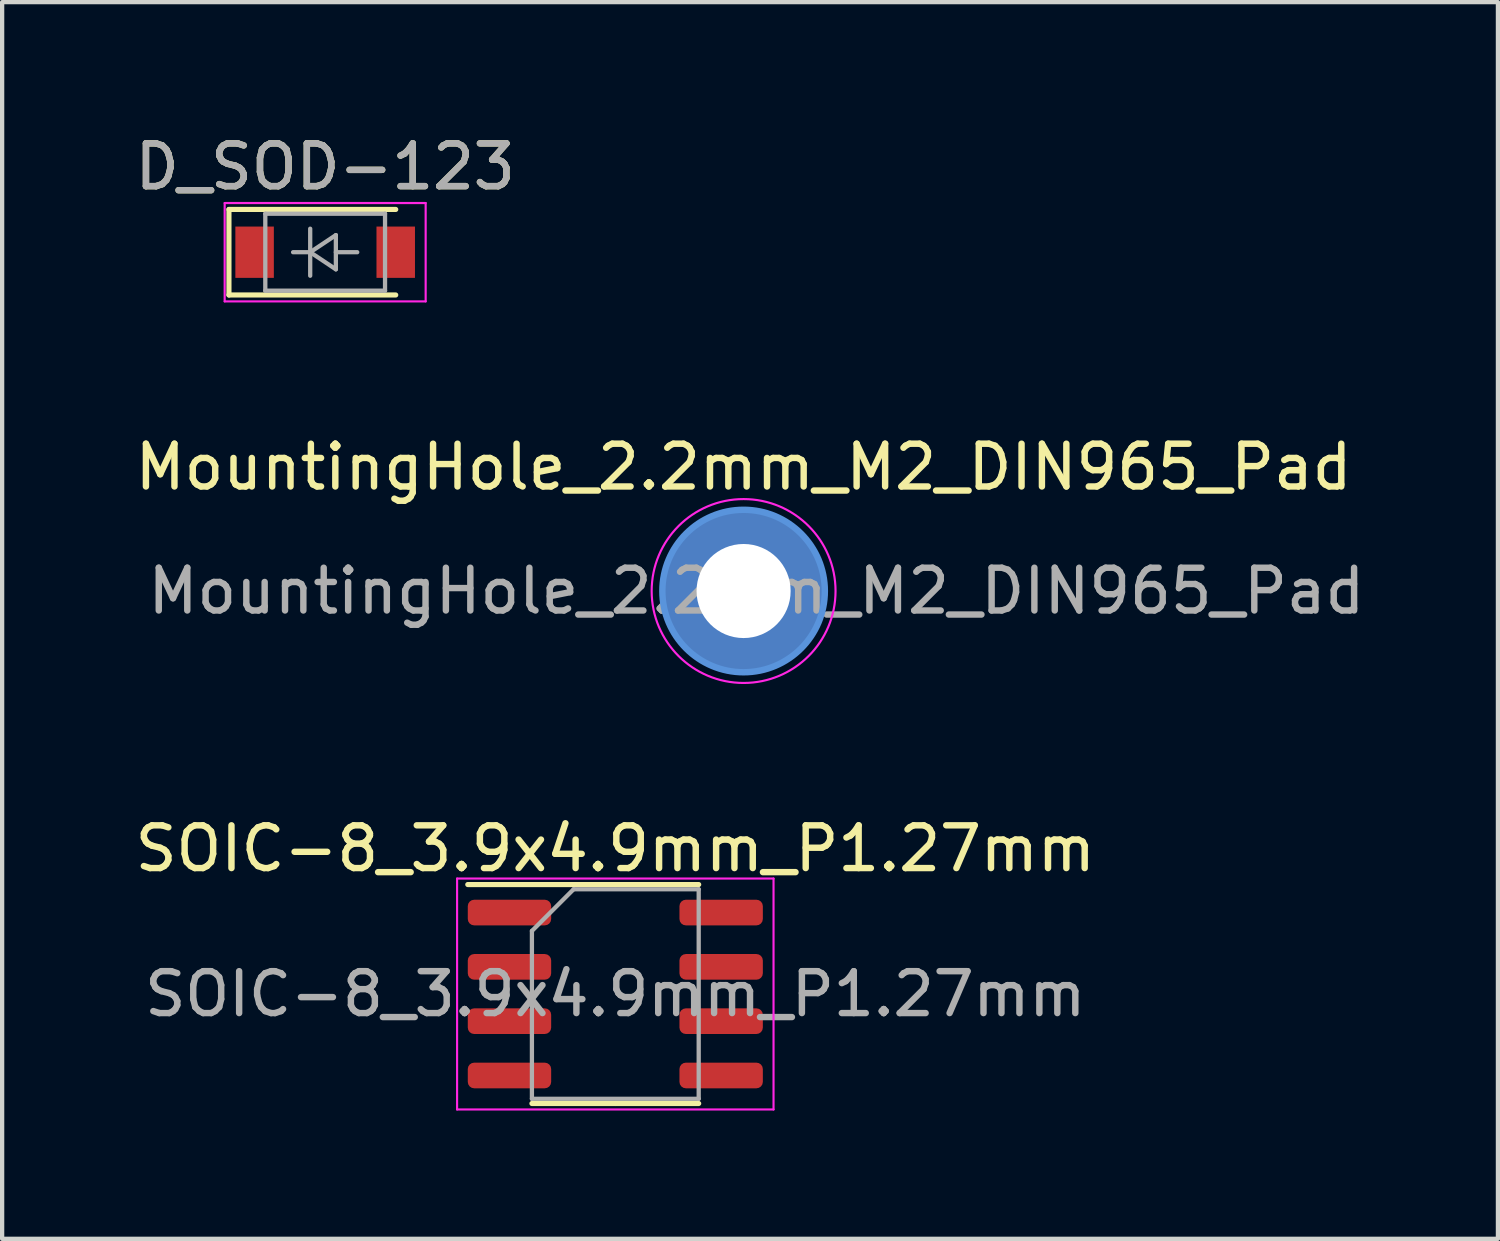
<source format=kicad_pcb>
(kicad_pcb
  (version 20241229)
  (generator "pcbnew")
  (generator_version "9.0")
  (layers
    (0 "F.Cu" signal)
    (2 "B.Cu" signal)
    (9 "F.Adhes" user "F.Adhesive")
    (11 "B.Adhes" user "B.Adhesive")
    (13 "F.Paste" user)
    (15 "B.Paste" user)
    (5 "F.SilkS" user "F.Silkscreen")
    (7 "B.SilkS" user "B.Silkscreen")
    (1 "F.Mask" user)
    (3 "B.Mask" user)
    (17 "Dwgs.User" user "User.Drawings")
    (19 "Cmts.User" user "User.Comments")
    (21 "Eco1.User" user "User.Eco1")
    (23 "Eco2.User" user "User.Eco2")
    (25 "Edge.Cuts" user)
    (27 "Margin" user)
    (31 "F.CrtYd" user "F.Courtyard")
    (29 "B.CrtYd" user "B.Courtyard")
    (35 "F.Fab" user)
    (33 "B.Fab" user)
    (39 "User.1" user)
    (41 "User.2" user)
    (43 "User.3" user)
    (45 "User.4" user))
  (footprint "MountingHole_2.2mm_M2_DIN965_Pad"
    (layer "F.Cu")
    (at 14.339 10.771)
    (property "Reference" "MountingHole_2.2mm_M2_DIN965_Pad" (at 0 -2.9 0) (layer "F.SilkS") (effects (font (size 1 1) (thickness 0.15))))
    (attr exclude_from_pos_files exclude_from_bom)
    (fp_circle (center 0 0) (end 1.9 0) (stroke (width 0.15) (type solid)) (fill no) (layer "Cmts.User"))
    (fp_circle (center 0 0) (end 2.15 0) (stroke (width 0.05) (type solid)) (fill no) (layer "F.CrtYd"))
    (fp_text user "${REFERENCE}" (at 0.3 0 0) (layer "F.Fab") (effects (font (size 1 1) (thickness 0.15))))
    (pad "1" thru_hole circle (at 0 0) (size 3.8 3.8) (drill 2.2) (layers "*.Cu" "*.Mask")))
  (footprint "SOIC-8_3.9x4.9mm_P1.27mm"
    (layer "F.Cu")
    (at 11.339 20.195)
    (property "Reference" "SOIC-8_3.9x4.9mm_P1.27mm" (at 0 -3.4 0) (layer "F.SilkS") (effects (font (size 1 1) (thickness 0.15))))
    (attr smd)
    (fp_line (start 0 -2.56) (end -3.45 -2.56) (stroke (width 0.12) (type solid)) (layer "F.SilkS"))
    (fp_line (start 0 -2.56) (end 1.95 -2.56) (stroke (width 0.12) (type solid)) (layer "F.SilkS"))
    (fp_line (start 0 2.56) (end -1.95 2.56) (stroke (width 0.12) (type solid)) (layer "F.SilkS"))
    (fp_line (start 0 2.56) (end 1.95 2.56) (stroke (width 0.12) (type solid)) (layer "F.SilkS"))
    (fp_line (start -3.7 -2.7) (end -3.7 2.7) (stroke (width 0.05) (type solid)) (layer "F.CrtYd"))
    (fp_line (start -3.7 2.7) (end 3.7 2.7) (stroke (width 0.05) (type solid)) (layer "F.CrtYd"))
    (fp_line (start 3.7 -2.7) (end -3.7 -2.7) (stroke (width 0.05) (type solid)) (layer "F.CrtYd"))
    (fp_line (start 3.7 2.7) (end 3.7 -2.7) (stroke (width 0.05) (type solid)) (layer "F.CrtYd"))
    (fp_line (start -1.95 -1.475) (end -0.975 -2.45) (stroke (width 0.1) (type solid)) (layer "F.Fab"))
    (fp_line (start -1.95 2.45) (end -1.95 -1.475) (stroke (width 0.1) (type solid)) (layer "F.Fab"))
    (fp_line (start -0.975 -2.45) (end 1.95 -2.45) (stroke (width 0.1) (type solid)) (layer "F.Fab"))
    (fp_line (start 1.95 -2.45) (end 1.95 2.45) (stroke (width 0.1) (type solid)) (layer "F.Fab"))
    (fp_line (start 1.95 2.45) (end -1.95 2.45) (stroke (width 0.1) (type solid)) (layer "F.Fab"))
    (fp_text user "${REFERENCE}" (at 0 0 0) (layer "F.Fab") (effects (font (size 0.98 0.98) (thickness 0.15))))
    (pad "1" smd roundrect (at -2.475 -1.905) (size 1.95 0.6) (layers "F.Cu" "F.Mask" "F.Paste") (roundrect_rratio 0.25))
    (pad "2" smd roundrect (at -2.475 -0.635) (size 1.95 0.6) (layers "F.Cu" "F.Mask" "F.Paste") (roundrect_rratio 0.25))
    (pad "3" smd roundrect (at -2.475 0.635) (size 1.95 0.6) (layers "F.Cu" "F.Mask" "F.Paste") (roundrect_rratio 0.25))
    (pad "4" smd roundrect (at -2.475 1.905) (size 1.95 0.6) (layers "F.Cu" "F.Mask" "F.Paste") (roundrect_rratio 0.25))
    (pad "5" smd roundrect (at 2.475 1.905) (size 1.95 0.6) (layers "F.Cu" "F.Mask" "F.Paste") (roundrect_rratio 0.25))
    (pad "6" smd roundrect (at 2.475 0.635) (size 1.95 0.6) (layers "F.Cu" "F.Mask" "F.Paste") (roundrect_rratio 0.25))
    (pad "7" smd roundrect (at 2.475 -0.635) (size 1.95 0.6) (layers "F.Cu" "F.Mask" "F.Paste") (roundrect_rratio 0.25))
    (pad "8" smd roundrect (at 2.475 -1.905) (size 1.95 0.6) (layers "F.Cu" "F.Mask" "F.Paste") (roundrect_rratio 0.25)))
  (footprint "D_SOD-123"
    (layer "F.Cu")
    (at 4.554 2.848)
    (property "Reference" "D_SOD-123" (at 0 -2 0) (layer "F.SilkS") (effects (font (size 1 1) (thickness 0.15))))
    (attr smd)
    (fp_line (start -2.25 -1) (end -2.25 1) (stroke (width 0.12) (type solid)) (layer "F.SilkS"))
    (fp_line (start -2.25 -1) (end 1.65 -1) (stroke (width 0.12) (type solid)) (layer "F.SilkS"))
    (fp_line (start -2.25 1) (end 1.65 1) (stroke (width 0.12) (type solid)) (layer "F.SilkS"))
    (fp_line (start -2.35 -1.15) (end -2.35 1.15) (stroke (width 0.05) (type solid)) (layer "F.CrtYd"))
    (fp_line (start -2.35 -1.15) (end 2.35 -1.15) (stroke (width 0.05) (type solid)) (layer "F.CrtYd"))
    (fp_line (start 2.35 -1.15) (end 2.35 1.15) (stroke (width 0.05) (type solid)) (layer "F.CrtYd"))
    (fp_line (start 2.35 1.15) (end -2.35 1.15) (stroke (width 0.05) (type solid)) (layer "F.CrtYd"))
    (fp_line (start -1.4 -0.9) (end 1.4 -0.9) (stroke (width 0.1) (type solid)) (layer "F.Fab"))
    (fp_line (start -1.4 0.9) (end -1.4 -0.9) (stroke (width 0.1) (type solid)) (layer "F.Fab"))
    (fp_line (start -0.75 0) (end -0.35 0) (stroke (width 0.1) (type solid)) (layer "F.Fab"))
    (fp_line (start -0.35 0) (end -0.35 -0.55) (stroke (width 0.1) (type solid)) (layer "F.Fab"))
    (fp_line (start -0.35 0) (end -0.35 0.55) (stroke (width 0.1) (type solid)) (layer "F.Fab"))
    (fp_line (start -0.35 0) (end 0.25 -0.4) (stroke (width 0.1) (type solid)) (layer "F.Fab"))
    (fp_line (start 0.25 -0.4) (end 0.25 0.4) (stroke (width 0.1) (type solid)) (layer "F.Fab"))
    (fp_line (start 0.25 0) (end 0.75 0) (stroke (width 0.1) (type solid)) (layer "F.Fab"))
    (fp_line (start 0.25 0.4) (end -0.35 0) (stroke (width 0.1) (type solid)) (layer "F.Fab"))
    (fp_line (start 1.4 -0.9) (end 1.4 0.9) (stroke (width 0.1) (type solid)) (layer "F.Fab"))
    (fp_line (start 1.4 0.9) (end -1.4 0.9) (stroke (width 0.1) (type solid)) (layer "F.Fab"))
    (fp_text user "${REFERENCE}" (at 0 -2 0) (layer "F.Fab") (effects (font (size 1 1) (thickness 0.15))))
    (pad "1" smd rect (at -1.65 0) (size 0.9 1.2) (layers "F.Cu" "F.Mask" "F.Paste"))
    (pad "2" smd rect (at 1.65 0) (size 0.9 1.2) (layers "F.Cu" "F.Mask" "F.Paste")))
  (gr_rect
    (start -3 -3)
    (end 31.979 25.92)
    (stroke (width 0.1) (type default))
    (fill no)
    (layer "Edge.Cuts")))
</source>
